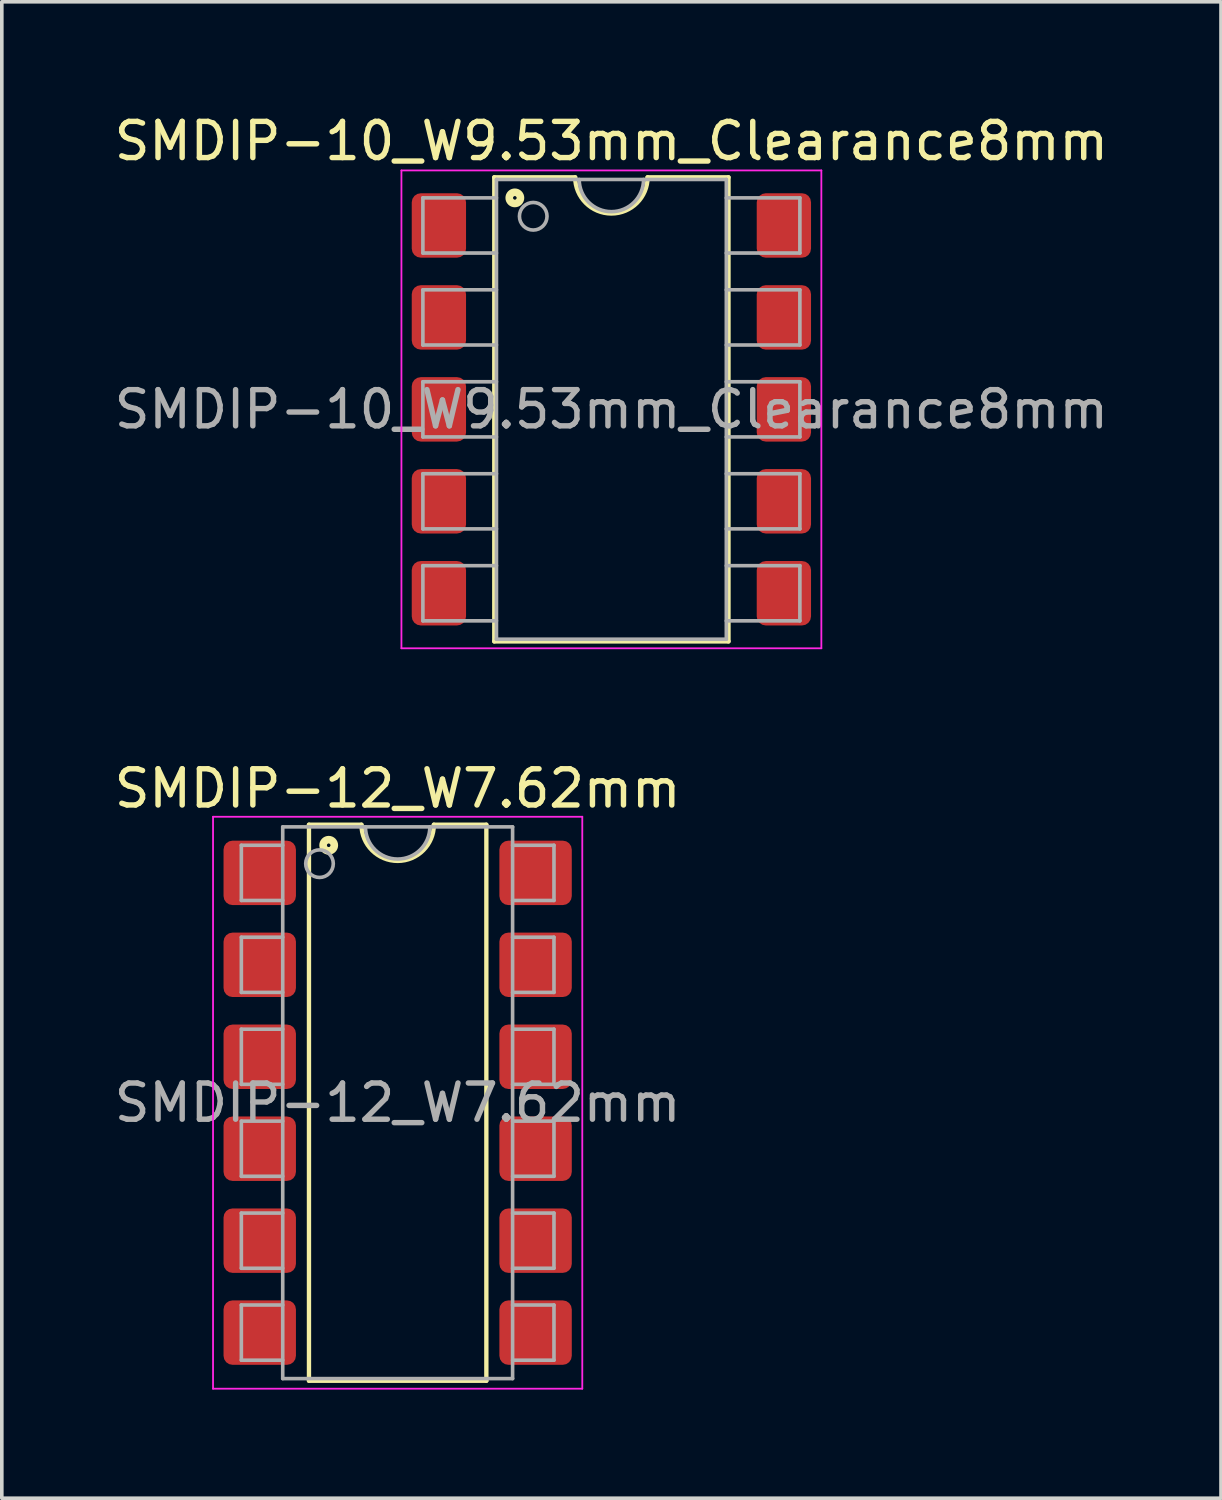
<source format=kicad_pcb>
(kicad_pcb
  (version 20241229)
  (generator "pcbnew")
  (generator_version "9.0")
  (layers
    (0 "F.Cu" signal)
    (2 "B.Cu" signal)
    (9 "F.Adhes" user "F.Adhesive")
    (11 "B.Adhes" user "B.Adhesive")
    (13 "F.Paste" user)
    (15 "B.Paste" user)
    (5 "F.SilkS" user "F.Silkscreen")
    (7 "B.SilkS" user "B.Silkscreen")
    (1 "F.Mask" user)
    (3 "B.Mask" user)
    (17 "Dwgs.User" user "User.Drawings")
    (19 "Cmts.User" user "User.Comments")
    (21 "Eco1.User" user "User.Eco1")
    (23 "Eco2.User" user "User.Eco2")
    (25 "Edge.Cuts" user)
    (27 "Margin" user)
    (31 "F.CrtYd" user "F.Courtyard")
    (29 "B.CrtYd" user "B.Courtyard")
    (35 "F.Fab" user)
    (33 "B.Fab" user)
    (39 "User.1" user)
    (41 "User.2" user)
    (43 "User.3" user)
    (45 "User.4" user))
  (footprint "SMDIP-12_W7.62mm"
    (layer "F.Cu")
    (at 7.935 27.412)
    (property "Reference" "SMDIP-12_W7.62mm" (at 0 -8.68 0) (layer "F.SilkS") (effects (font (size 1 1) (thickness 0.15))))
    (attr smd)
    (fp_line (start -2.45 -7.68) (end -2.45 7.68) (stroke (width 0.12) (type solid)) (layer "F.SilkS"))
    (fp_line (start -2.45 7.68) (end 2.45 7.68) (stroke (width 0.12) (type solid)) (layer "F.SilkS"))
    (fp_line (start -1 -7.68) (end -2.45 -7.68) (stroke (width 0.12) (type solid)) (layer "F.SilkS"))
    (fp_line (start 2.45 -7.68) (end 1 -7.68) (stroke (width 0.12) (type solid)) (layer "F.SilkS"))
    (fp_line (start 2.45 7.68) (end 2.45 -7.68) (stroke (width 0.12) (type solid)) (layer "F.SilkS"))
    (fp_arc (start 1 -7.68) (mid 0 -6.68) (end -1 -7.68) (stroke (width 0.12) (type solid)) (layer "F.SilkS"))
    (fp_circle (center -1.905 -7.112) (end -1.855 -7.112) (stroke (width 0.12) (type solid)) (fill no) (layer "F.SilkS"))
    (fp_circle (center -1.905 -7.112) (end -1.78 -7.112) (stroke (width 0.12) (type solid)) (fill no) (layer "F.SilkS"))
    (fp_circle (center -1.905 -7.112) (end -1.705 -7.112) (stroke (width 0.12) (type solid)) (fill no) (layer "F.SilkS"))
    (fp_line (start -5.1 -7.9) (end -5.1 7.9) (stroke (width 0.05) (type solid)) (layer "F.CrtYd"))
    (fp_line (start -5.1 7.9) (end 5.1 7.9) (stroke (width 0.05) (type solid)) (layer "F.CrtYd"))
    (fp_line (start 5.1 -7.9) (end -5.1 -7.9) (stroke (width 0.05) (type solid)) (layer "F.CrtYd"))
    (fp_line (start 5.1 7.9) (end 5.1 -7.9) (stroke (width 0.05) (type solid)) (layer "F.CrtYd"))
    (fp_line (start -4.318 -7.112) (end -4.318 -5.588) (stroke (width 0.1) (type solid)) (layer "F.Fab"))
    (fp_line (start -4.318 -7.112) (end -3.175 -7.112) (stroke (width 0.1) (type solid)) (layer "F.Fab"))
    (fp_line (start -4.318 -5.588) (end -3.175 -5.588) (stroke (width 0.1) (type solid)) (layer "F.Fab"))
    (fp_line (start -4.318 -4.572) (end -4.318 -3.048) (stroke (width 0.1) (type solid)) (layer "F.Fab"))
    (fp_line (start -4.318 -4.572) (end -3.175 -4.572) (stroke (width 0.1) (type solid)) (layer "F.Fab"))
    (fp_line (start -4.318 -3.048) (end -3.175 -3.048) (stroke (width 0.1) (type solid)) (layer "F.Fab"))
    (fp_line (start -4.318 -2.032) (end -4.318 -0.508) (stroke (width 0.1) (type solid)) (layer "F.Fab"))
    (fp_line (start -4.318 -2.032) (end -3.175 -2.032) (stroke (width 0.1) (type solid)) (layer "F.Fab"))
    (fp_line (start -4.318 -0.508) (end -3.175 -0.508) (stroke (width 0.1) (type solid)) (layer "F.Fab"))
    (fp_line (start -4.318 0.508) (end -4.318 2.032) (stroke (width 0.1) (type solid)) (layer "F.Fab"))
    (fp_line (start -4.318 0.508) (end -3.175 0.508) (stroke (width 0.1) (type solid)) (layer "F.Fab"))
    (fp_line (start -4.318 2.032) (end -3.175 2.032) (stroke (width 0.1) (type solid)) (layer "F.Fab"))
    (fp_line (start -4.318 3.048) (end -4.318 4.572) (stroke (width 0.1) (type solid)) (layer "F.Fab"))
    (fp_line (start -4.318 3.048) (end -3.175 3.048) (stroke (width 0.1) (type solid)) (layer "F.Fab"))
    (fp_line (start -4.318 4.572) (end -3.175 4.572) (stroke (width 0.1) (type solid)) (layer "F.Fab"))
    (fp_line (start -4.318 5.588) (end -4.318 7.112) (stroke (width 0.1) (type solid)) (layer "F.Fab"))
    (fp_line (start -4.318 5.588) (end -3.175 5.588) (stroke (width 0.1) (type solid)) (layer "F.Fab"))
    (fp_line (start -4.318 7.112) (end -3.175 7.112) (stroke (width 0.1) (type solid)) (layer "F.Fab"))
    (fp_line (start -3.175 -7.62) (end 3.175 -7.62) (stroke (width 0.1) (type solid)) (layer "F.Fab"))
    (fp_line (start -3.175 7.62) (end -3.175 -7.62) (stroke (width 0.1) (type solid)) (layer "F.Fab"))
    (fp_line (start 3.175 -7.62) (end 3.175 7.62) (stroke (width 0.1) (type solid)) (layer "F.Fab"))
    (fp_line (start 3.175 7.62) (end -3.175 7.62) (stroke (width 0.1) (type solid)) (layer "F.Fab"))
    (fp_line (start 4.318 -7.112) (end 3.175 -7.112) (stroke (width 0.1) (type solid)) (layer "F.Fab"))
    (fp_line (start 4.318 -5.588) (end 3.175 -5.588) (stroke (width 0.1) (type solid)) (layer "F.Fab"))
    (fp_line (start 4.318 -5.588) (end 4.318 -7.112) (stroke (width 0.1) (type solid)) (layer "F.Fab"))
    (fp_line (start 4.318 -4.572) (end 3.175 -4.572) (stroke (width 0.1) (type solid)) (layer "F.Fab"))
    (fp_line (start 4.318 -3.048) (end 3.175 -3.048) (stroke (width 0.1) (type solid)) (layer "F.Fab"))
    (fp_line (start 4.318 -3.048) (end 4.318 -4.572) (stroke (width 0.1) (type solid)) (layer "F.Fab"))
    (fp_line (start 4.318 -2.032) (end 3.175 -2.032) (stroke (width 0.1) (type solid)) (layer "F.Fab"))
    (fp_line (start 4.318 -0.508) (end 3.175 -0.508) (stroke (width 0.1) (type solid)) (layer "F.Fab"))
    (fp_line (start 4.318 -0.508) (end 4.318 -2.032) (stroke (width 0.1) (type solid)) (layer "F.Fab"))
    (fp_line (start 4.318 0.508) (end 3.175 0.508) (stroke (width 0.1) (type solid)) (layer "F.Fab"))
    (fp_line (start 4.318 2.032) (end 3.175 2.032) (stroke (width 0.1) (type solid)) (layer "F.Fab"))
    (fp_line (start 4.318 2.032) (end 4.318 0.508) (stroke (width 0.1) (type solid)) (layer "F.Fab"))
    (fp_line (start 4.318 3.048) (end 3.175 3.048) (stroke (width 0.1) (type solid)) (layer "F.Fab"))
    (fp_line (start 4.318 4.572) (end 3.175 4.572) (stroke (width 0.1) (type solid)) (layer "F.Fab"))
    (fp_line (start 4.318 4.572) (end 4.318 3.048) (stroke (width 0.1) (type solid)) (layer "F.Fab"))
    (fp_line (start 4.318 5.588) (end 3.175 5.588) (stroke (width 0.1) (type solid)) (layer "F.Fab"))
    (fp_line (start 4.318 7.112) (end 3.175 7.112) (stroke (width 0.1) (type solid)) (layer "F.Fab"))
    (fp_line (start 4.318 7.112) (end 4.318 5.588) (stroke (width 0.1) (type solid)) (layer "F.Fab"))
    (fp_arc (start 0.889 -7.62) (mid 0 -6.731) (end -0.889 -7.62) (stroke (width 0.1) (type solid)) (layer "F.Fab"))
    (fp_circle (center -2.159 -6.604) (end -1.778 -6.604) (stroke (width 0.1) (type solid)) (fill no) (layer "F.Fab"))
    (fp_text user "${REFERENCE}" (at 0 0 0) (layer "F.Fab") (effects (font (size 1 1) (thickness 0.15))))
    (pad "1" smd roundrect (at -3.81 -6.35) (size 2 1.78) (layers "F.Cu" "F.Mask" "F.Paste") (roundrect_rratio 0.14))
    (pad "2" smd roundrect (at -3.81 -3.81) (size 2 1.78) (layers "F.Cu" "F.Mask" "F.Paste") (roundrect_rratio 0.14))
    (pad "3" smd roundrect (at -3.81 -1.27) (size 2 1.78) (layers "F.Cu" "F.Mask" "F.Paste") (roundrect_rratio 0.14))
    (pad "4" smd roundrect (at -3.81 1.27) (size 2 1.78) (layers "F.Cu" "F.Mask" "F.Paste") (roundrect_rratio 0.14))
    (pad "5" smd roundrect (at -3.81 3.81) (size 2 1.78) (layers "F.Cu" "F.Mask" "F.Paste") (roundrect_rratio 0.14))
    (pad "6" smd roundrect (at -3.81 6.35) (size 2 1.78) (layers "F.Cu" "F.Mask" "F.Paste") (roundrect_rratio 0.14))
    (pad "7" smd roundrect (at 3.81 6.35) (size 2 1.78) (layers "F.Cu" "F.Mask" "F.Paste") (roundrect_rratio 0.14))
    (pad "8" smd roundrect (at 3.81 3.81) (size 2 1.78) (layers "F.Cu" "F.Mask" "F.Paste") (roundrect_rratio 0.14))
    (pad "9" smd roundrect (at 3.81 1.27) (size 2 1.78) (layers "F.Cu" "F.Mask" "F.Paste") (roundrect_rratio 0.14))
    (pad "10" smd roundrect (at 3.81 -1.27) (size 2 1.78) (layers "F.Cu" "F.Mask" "F.Paste") (roundrect_rratio 0.14))
    (pad "11" smd roundrect (at 3.81 -3.81) (size 2 1.78) (layers "F.Cu" "F.Mask" "F.Paste") (roundrect_rratio 0.14))
    (pad "12" smd roundrect (at 3.81 -6.35) (size 2 1.78) (layers "F.Cu" "F.Mask" "F.Paste") (roundrect_rratio 0.14)))
  (footprint "SMDIP-10_W9.53mm_Clearance8mm"
    (layer "F.Cu")
    (at 13.839 8.258)
    (property "Reference" "SMDIP-10_W9.53mm_Clearance8mm" (at 0 -7.41 0) (layer "F.SilkS") (effects (font (size 1 1) (thickness 0.15))))
    (attr smd)
    (fp_line (start -3.235 -6.41) (end -3.235 6.41) (stroke (width 0.12) (type solid)) (layer "F.SilkS"))
    (fp_line (start -3.235 6.41) (end 3.235 6.41) (stroke (width 0.12) (type solid)) (layer "F.SilkS"))
    (fp_line (start -1 -6.41) (end -3.235 -6.41) (stroke (width 0.12) (type solid)) (layer "F.SilkS"))
    (fp_line (start 3.235 -6.41) (end 1 -6.41) (stroke (width 0.12) (type solid)) (layer "F.SilkS"))
    (fp_line (start 3.235 6.41) (end 3.235 -6.41) (stroke (width 0.12) (type solid)) (layer "F.SilkS"))
    (fp_arc (start 1 -6.41) (mid 0 -5.41) (end -1 -6.41) (stroke (width 0.12) (type solid)) (layer "F.SilkS"))
    (fp_circle (center -2.667 -5.842) (end -2.617 -5.842) (stroke (width 0.12) (type solid)) (fill no) (layer "F.SilkS"))
    (fp_circle (center -2.667 -5.842) (end -2.542 -5.842) (stroke (width 0.12) (type solid)) (fill no) (layer "F.SilkS"))
    (fp_circle (center -2.667 -5.842) (end -2.467 -5.842) (stroke (width 0.12) (type solid)) (fill no) (layer "F.SilkS"))
    (fp_line (start -5.8 -6.6) (end -5.8 6.6) (stroke (width 0.05) (type solid)) (layer "F.CrtYd"))
    (fp_line (start -5.8 6.6) (end 5.8 6.6) (stroke (width 0.05) (type solid)) (layer "F.CrtYd"))
    (fp_line (start 5.8 -6.6) (end -5.8 -6.6) (stroke (width 0.05) (type solid)) (layer "F.CrtYd"))
    (fp_line (start 5.8 6.6) (end 5.8 -6.6) (stroke (width 0.05) (type solid)) (layer "F.CrtYd"))
    (fp_line (start -5.207 -5.842) (end -5.207 -4.318) (stroke (width 0.1) (type solid)) (layer "F.Fab"))
    (fp_line (start -5.207 -5.842) (end -3.175 -5.842) (stroke (width 0.1) (type solid)) (layer "F.Fab"))
    (fp_line (start -5.207 -4.318) (end -3.175 -4.318) (stroke (width 0.1) (type solid)) (layer "F.Fab"))
    (fp_line (start -5.207 -3.302) (end -5.207 -1.778) (stroke (width 0.1) (type solid)) (layer "F.Fab"))
    (fp_line (start -5.207 -3.302) (end -3.175 -3.302) (stroke (width 0.1) (type solid)) (layer "F.Fab"))
    (fp_line (start -5.207 -1.778) (end -3.175 -1.778) (stroke (width 0.1) (type solid)) (layer "F.Fab"))
    (fp_line (start -5.207 -0.762) (end -5.207 0.762) (stroke (width 0.1) (type solid)) (layer "F.Fab"))
    (fp_line (start -5.207 -0.762) (end -3.175 -0.762) (stroke (width 0.1) (type solid)) (layer "F.Fab"))
    (fp_line (start -5.207 0.762) (end -3.175 0.762) (stroke (width 0.1) (type solid)) (layer "F.Fab"))
    (fp_line (start -5.207 1.778) (end -5.207 3.302) (stroke (width 0.1) (type solid)) (layer "F.Fab"))
    (fp_line (start -5.207 1.778) (end -3.175 1.778) (stroke (width 0.1) (type solid)) (layer "F.Fab"))
    (fp_line (start -5.207 3.302) (end -3.175 3.302) (stroke (width 0.1) (type solid)) (layer "F.Fab"))
    (fp_line (start -5.207 4.318) (end -5.207 5.842) (stroke (width 0.1) (type solid)) (layer "F.Fab"))
    (fp_line (start -5.207 4.318) (end -3.175 4.318) (stroke (width 0.1) (type solid)) (layer "F.Fab"))
    (fp_line (start -5.207 5.842) (end -3.175 5.842) (stroke (width 0.1) (type solid)) (layer "F.Fab"))
    (fp_line (start -3.175 -6.35) (end 3.175 -6.35) (stroke (width 0.1) (type solid)) (layer "F.Fab"))
    (fp_line (start -3.175 6.35) (end -3.175 -6.35) (stroke (width 0.1) (type solid)) (layer "F.Fab"))
    (fp_line (start 3.175 -6.35) (end 3.175 6.35) (stroke (width 0.1) (type solid)) (layer "F.Fab"))
    (fp_line (start 3.175 6.35) (end -3.175 6.35) (stroke (width 0.1) (type solid)) (layer "F.Fab"))
    (fp_line (start 5.207 -5.842) (end 3.175 -5.842) (stroke (width 0.1) (type solid)) (layer "F.Fab"))
    (fp_line (start 5.207 -4.318) (end 3.175 -4.318) (stroke (width 0.1) (type solid)) (layer "F.Fab"))
    (fp_line (start 5.207 -4.318) (end 5.207 -5.842) (stroke (width 0.1) (type solid)) (layer "F.Fab"))
    (fp_line (start 5.207 -3.302) (end 3.175 -3.302) (stroke (width 0.1) (type solid)) (layer "F.Fab"))
    (fp_line (start 5.207 -1.778) (end 3.175 -1.778) (stroke (width 0.1) (type solid)) (layer "F.Fab"))
    (fp_line (start 5.207 -1.778) (end 5.207 -3.302) (stroke (width 0.1) (type solid)) (layer "F.Fab"))
    (fp_line (start 5.207 -0.762) (end 3.175 -0.762) (stroke (width 0.1) (type solid)) (layer "F.Fab"))
    (fp_line (start 5.207 0.762) (end 3.175 0.762) (stroke (width 0.1) (type solid)) (layer "F.Fab"))
    (fp_line (start 5.207 0.762) (end 5.207 -0.762) (stroke (width 0.1) (type solid)) (layer "F.Fab"))
    (fp_line (start 5.207 1.778) (end 3.175 1.778) (stroke (width 0.1) (type solid)) (layer "F.Fab"))
    (fp_line (start 5.207 3.302) (end 3.175 3.302) (stroke (width 0.1) (type solid)) (layer "F.Fab"))
    (fp_line (start 5.207 3.302) (end 5.207 1.778) (stroke (width 0.1) (type solid)) (layer "F.Fab"))
    (fp_line (start 5.207 4.318) (end 3.175 4.318) (stroke (width 0.1) (type solid)) (layer "F.Fab"))
    (fp_line (start 5.207 5.842) (end 3.175 5.842) (stroke (width 0.1) (type solid)) (layer "F.Fab"))
    (fp_line (start 5.207 5.842) (end 5.207 4.318) (stroke (width 0.1) (type solid)) (layer "F.Fab"))
    (fp_arc (start 0.889 -6.35) (mid 0 -5.461) (end -0.889 -6.35) (stroke (width 0.1) (type solid)) (layer "F.Fab"))
    (fp_circle (center -2.159 -5.334) (end -1.778 -5.334) (stroke (width 0.1) (type solid)) (fill no) (layer "F.Fab"))
    (fp_text user "${REFERENCE}" (at 0 0 0) (layer "F.Fab") (effects (font (size 1 1) (thickness 0.15))))
    (pad "1" smd roundrect (at -4.765 -5.08) (size 1.5 1.78) (layers "F.Cu" "F.Mask" "F.Paste") (roundrect_rratio 0.167))
    (pad "2" smd roundrect (at -4.765 -2.54) (size 1.5 1.78) (layers "F.Cu" "F.Mask" "F.Paste") (roundrect_rratio 0.167))
    (pad "3" smd roundrect (at -4.765 0) (size 1.5 1.78) (layers "F.Cu" "F.Mask" "F.Paste") (roundrect_rratio 0.167))
    (pad "4" smd roundrect (at -4.765 2.54) (size 1.5 1.78) (layers "F.Cu" "F.Mask" "F.Paste") (roundrect_rratio 0.167))
    (pad "5" smd roundrect (at -4.765 5.08) (size 1.5 1.78) (layers "F.Cu" "F.Mask" "F.Paste") (roundrect_rratio 0.167))
    (pad "6" smd roundrect (at 4.765 5.08) (size 1.5 1.78) (layers "F.Cu" "F.Mask" "F.Paste") (roundrect_rratio 0.167))
    (pad "7" smd roundrect (at 4.765 2.54) (size 1.5 1.78) (layers "F.Cu" "F.Mask" "F.Paste") (roundrect_rratio 0.167))
    (pad "8" smd roundrect (at 4.765 0) (size 1.5 1.78) (layers "F.Cu" "F.Mask" "F.Paste") (roundrect_rratio 0.167))
    (pad "9" smd roundrect (at 4.765 -2.54) (size 1.5 1.78) (layers "F.Cu" "F.Mask" "F.Paste") (roundrect_rratio 0.167))
    (pad "10" smd roundrect (at 4.765 -5.08) (size 1.5 1.78) (layers "F.Cu" "F.Mask" "F.Paste") (roundrect_rratio 0.167)))
  (gr_rect
    (start -3 -3)
    (end 30.679 38.337)
    (stroke (width 0.1) (type default))
    (fill no)
    (layer "Edge.Cuts")))
</source>
